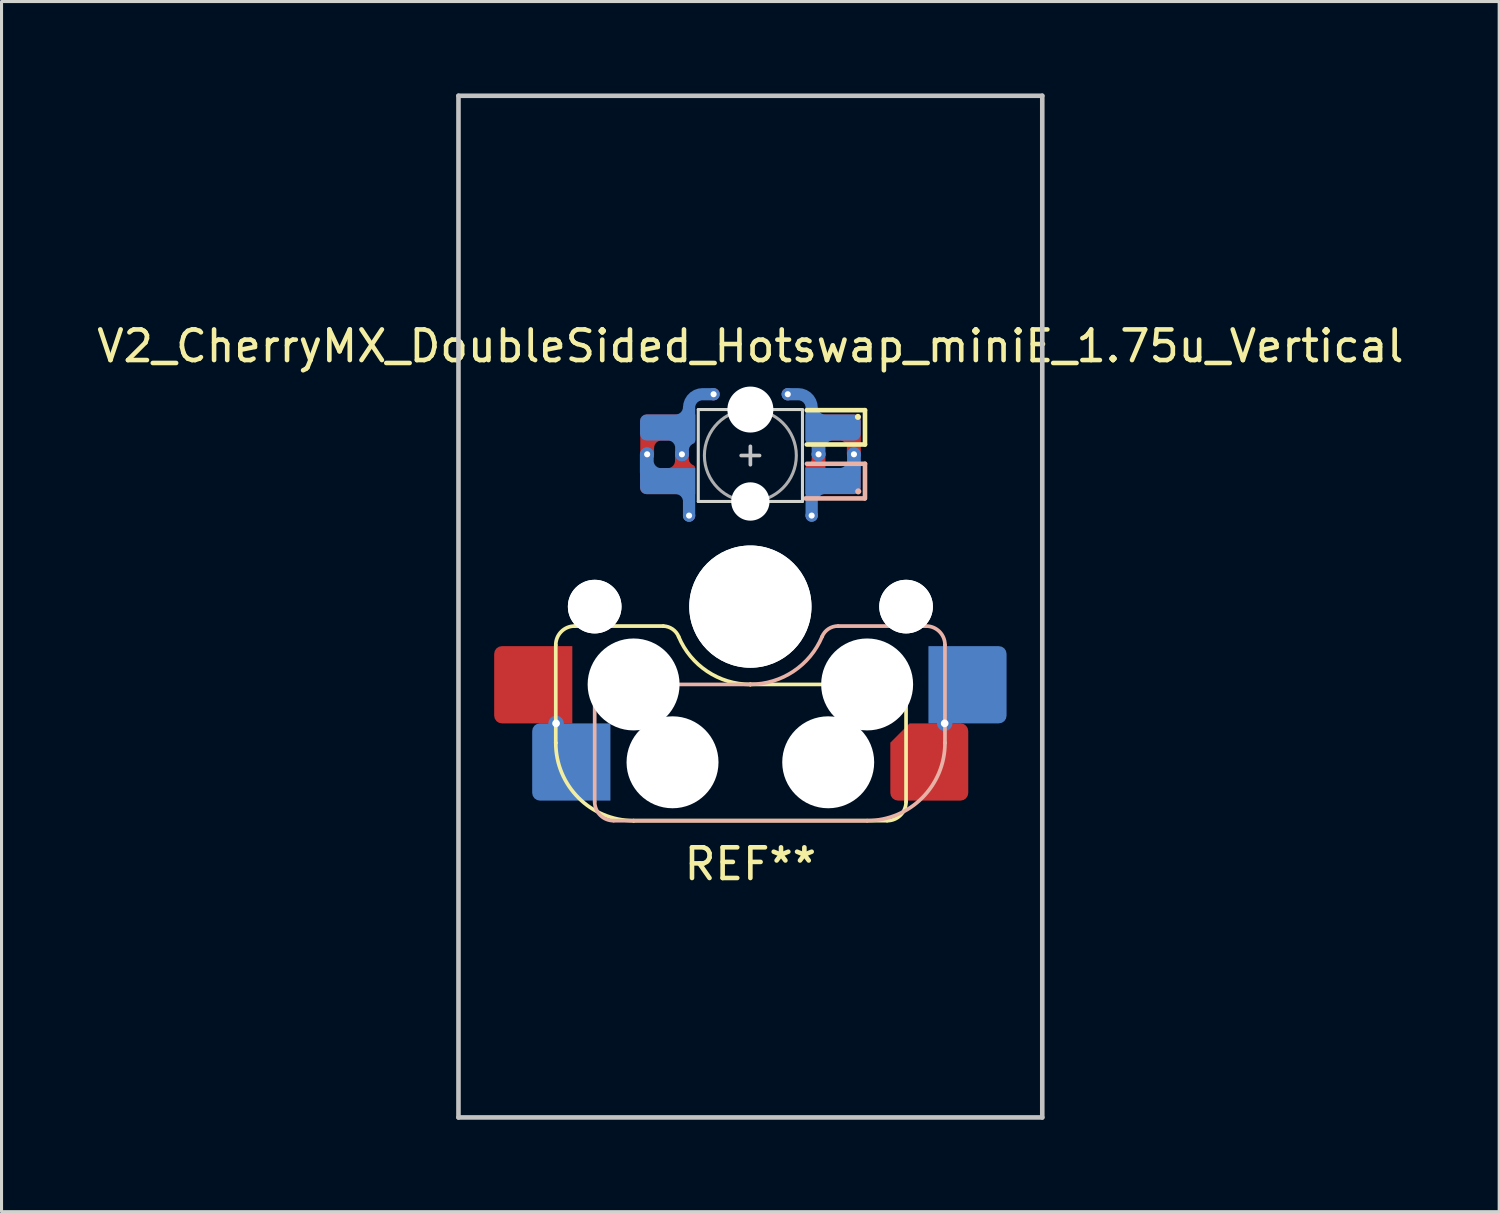
<source format=kicad_pcb>
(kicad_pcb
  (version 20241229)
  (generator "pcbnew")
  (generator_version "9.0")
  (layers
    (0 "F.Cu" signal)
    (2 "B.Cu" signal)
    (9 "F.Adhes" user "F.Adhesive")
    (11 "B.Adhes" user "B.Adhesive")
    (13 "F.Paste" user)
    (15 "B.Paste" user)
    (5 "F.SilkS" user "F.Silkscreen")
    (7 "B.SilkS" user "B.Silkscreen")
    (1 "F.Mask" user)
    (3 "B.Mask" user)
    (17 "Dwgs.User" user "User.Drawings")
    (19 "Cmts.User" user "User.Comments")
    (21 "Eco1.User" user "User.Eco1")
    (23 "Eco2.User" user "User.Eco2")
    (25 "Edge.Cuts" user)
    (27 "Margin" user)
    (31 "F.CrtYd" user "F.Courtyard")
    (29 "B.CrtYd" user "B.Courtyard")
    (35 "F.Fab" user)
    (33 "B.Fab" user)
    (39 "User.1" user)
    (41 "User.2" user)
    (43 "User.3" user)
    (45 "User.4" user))
  (footprint "V2_CherryMX_DoubleSided_Hotswap_miniE_1.75u_Vertical"
    (layer "F.Cu")
    (at 21.435 16.744)
    (property "Reference" "V2_CherryMX_DoubleSided_Hotswap_miniE_1.75u_Vertical" (at 0 -8.5 180) (layer "F.SilkS") (effects (font (size 1 1) (thickness 0.15))))
    (attr through_hole)
    (fp_line (start -6.35 4.445) (end -6.35 1.26) (stroke (width 0.12) (type solid)) (layer "F.SilkS"))
    (fp_line (start -6.35 4.445) (end -6.35 4.445) (stroke (width 0.12) (type solid)) (layer "F.SilkS"))
    (fp_line (start -5.73 0.635) (end -2.84 0.635) (stroke (width 0.12) (type solid)) (layer "F.SilkS"))
    (fp_line (start -3.81 6.985) (end -3.81 6.985) (stroke (width 0.12) (type solid)) (layer "F.SilkS"))
    (fp_line (start -3.81 6.985) (end 4.46 6.985) (stroke (width 0.12) (type solid)) (layer "F.SilkS"))
    (fp_line (start 0 2.54) (end 0 2.54) (stroke (width 0.12) (type solid)) (layer "F.SilkS"))
    (fp_line (start 0 2.54) (end 5.08 2.54) (stroke (width 0.12) (type solid)) (layer "F.SilkS"))
    (fp_line (start 3.74 -6.41) (end 1.84 -6.41) (stroke (width 0.15) (type solid)) (layer "F.SilkS"))
    (fp_line (start 3.74 -5.29) (end 1.84 -5.29) (stroke (width 0.15) (type solid)) (layer "F.SilkS"))
    (fp_line (start 3.74 -5.29) (end 3.74 -6.41) (stroke (width 0.15) (type solid)) (layer "F.SilkS"))
    (fp_line (start 5.08 2.54) (end 5.08 2.54) (stroke (width 0.12) (type solid)) (layer "F.SilkS"))
    (fp_line (start 5.08 2.54) (end 5.08 2.54) (stroke (width 0.12) (type solid)) (layer "F.SilkS"))
    (fp_line (start 5.08 6.37) (end 5.08 2.54) (stroke (width 0.12) (type solid)) (layer "F.SilkS"))
    (fp_arc (start -6.35 1.25) (mid -6.169871 0.815129) (end -5.735 0.635) (stroke (width 0.12) (type default)) (layer "F.SilkS"))
    (fp_arc (start -3.81 6.985) (mid -5.606051 6.241051) (end -6.35 4.445) (stroke (width 0.12) (type solid)) (layer "F.SilkS"))
    (fp_arc (start -2.840072 0.635) (mid -2.539135 0.734322) (end -2.34 0.980845) (stroke (width 0.12) (type default)) (layer "F.SilkS"))
    (fp_arc (start 0 2.54) (mid -1.405311 2.115199) (end -2.34 0.983072) (stroke (width 0.12) (type solid)) (layer "F.SilkS"))
    (fp_arc (start 5.080129 6.37) (mid 4.900006 6.804877) (end 4.465129 6.985) (stroke (width 0.12) (type default)) (layer "F.SilkS"))
    (fp_circle (center 3.51 -6.19) (end 3.41 -6.19) (stroke (width 0) (type solid)) (fill yes) (layer "F.SilkS"))
    (fp_line (start -5.08 2.54) (end -5.08 2.54) (stroke (width 0.12) (type solid)) (layer "B.SilkS"))
    (fp_line (start -5.08 2.54) (end -5.08 2.54) (stroke (width 0.12) (type solid)) (layer "B.SilkS"))
    (fp_line (start -5.08 6.36) (end -5.08 2.54) (stroke (width 0.12) (type solid)) (layer "B.SilkS"))
    (fp_line (start -4.46 6.985) (end 3.81 6.985) (stroke (width 0.12) (type solid)) (layer "B.SilkS"))
    (fp_line (start 0 2.54) (end -5.08 2.54) (stroke (width 0.12) (type solid)) (layer "B.SilkS"))
    (fp_line (start 0 2.54) (end 0 2.54) (stroke (width 0.12) (type solid)) (layer "B.SilkS"))
    (fp_line (start 1.8 -3.53) (end 3.724 -3.53) (stroke (width 0.15) (type solid)) (layer "B.SilkS"))
    (fp_line (start 2.86 0.635) (end 5.72 0.635) (stroke (width 0.12) (type solid)) (layer "B.SilkS"))
    (fp_line (start 3.74 -4.66) (end 1.846 -4.66) (stroke (width 0.15) (type solid)) (layer "B.SilkS"))
    (fp_line (start 3.74 -3.53) (end 3.74 -4.66) (stroke (width 0.15) (type solid)) (layer "B.SilkS"))
    (fp_line (start 3.81 6.985) (end 3.81 6.985) (stroke (width 0.12) (type solid)) (layer "B.SilkS"))
    (fp_line (start 6.35 1.25) (end 6.35 4.445) (stroke (width 0.12) (type solid)) (layer "B.SilkS"))
    (fp_line (start 6.35 4.445) (end 6.35 4.445) (stroke (width 0.12) (type solid)) (layer "B.SilkS"))
    (fp_arc (start -4.465 6.985) (mid -4.899871 6.804871) (end -5.08 6.37) (stroke (width 0.12) (type default)) (layer "B.SilkS"))
    (fp_arc (start 2.34 0.98) (mid 1.405313 2.11213) (end 0 2.536928) (stroke (width 0.12) (type solid)) (layer "B.SilkS"))
    (fp_arc (start 2.34 0.98) (mid 2.547385 0.72789) (end 2.859999 0.633863) (stroke (width 0.12) (type default)) (layer "B.SilkS"))
    (fp_arc (start 5.735129 0.635) (mid 6.170006 0.815123) (end 6.350129 1.25) (stroke (width 0.12) (type default)) (layer "B.SilkS"))
    (fp_arc (start 6.35 4.445) (mid 5.606051 6.241051) (end 3.81 6.985) (stroke (width 0.12) (type solid)) (layer "B.SilkS"))
    (fp_circle (center 3.52 -3.76) (end 3.62 -3.76) (stroke (width 0) (type solid)) (fill yes) (layer "B.SilkS"))
    (fp_line (start -9.525 -16.669) (end 9.525 -16.669) (stroke (width 0.15) (type solid)) (layer "Dwgs.User"))
    (fp_line (start -9.525 16.669) (end -9.525 -16.669) (stroke (width 0.15) (type solid)) (layer "Dwgs.User"))
    (fp_line (start -0.3 -4.93) (end 0.3 -4.93) (stroke (width 0.12) (type solid)) (layer "Dwgs.User"))
    (fp_line (start 0 -4.63) (end 0 -5.23) (stroke (width 0.12) (type solid)) (layer "Dwgs.User"))
    (fp_line (start 9.525 -16.669) (end 9.525 16.669) (stroke (width 0.15) (type solid)) (layer "Dwgs.User"))
    (fp_line (start 9.525 16.669) (end -9.525 16.669) (stroke (width 0.15) (type solid)) (layer "Dwgs.User"))
    (fp_line (start -1.7 -6.43) (end -1.7 -3.43) (stroke (width 0.1) (type solid)) (layer "Edge.Cuts"))
    (fp_line (start 1.7 -6.43) (end -1.7 -6.43) (stroke (width 0.1) (type solid)) (layer "Edge.Cuts"))
    (fp_line (start 1.7 -3.43) (end -1.7 -3.43) (stroke (width 0.1) (type solid)) (layer "Edge.Cuts"))
    (fp_line (start 1.7 -3.43) (end 1.7 -6.43) (stroke (width 0.1) (type solid)) (layer "Edge.Cuts"))
    (fp_circle (center 0 -4.93) (end 0 -6.43) (stroke (width 0.1) (type solid)) (fill no) (layer "F.Fab"))
    (fp_line (start -9.525 9.525) (end -9.525 -9.525) (stroke (width 0.15) (type solid)) (layer "User.2"))
    (fp_line (start 9.525 -9.525) (end -9.525 -9.525) (stroke (width 0.15) (type solid)) (layer "User.2"))
    (fp_line (start 9.525 9.525) (end -9.525 9.525) (stroke (width 0.15) (type solid)) (layer "User.2"))
    (fp_line (start 9.525 9.525) (end 9.525 -9.525) (stroke (width 0.15) (type solid)) (layer "User.2"))
    (fp_text user "REF**" (at 0 8.4 0) (unlocked yes) (layer "F.SilkS") (effects (font (size 1 1) (thickness 0.15))))
    (pad "" np_thru_hole circle (at -5.08 0 180) (size 1.75 1.75) (drill 1.75) (layers "*.Cu" "*.Mask"))
    (pad "" np_thru_hole circle (at -5.08 0 180) (size 1.75 1.75) (drill 1.75) (layers "*.Cu" "*.Mask"))
    (pad "" np_thru_hole circle (at -3.81 2.54 180) (size 3 3) (drill 3) (layers "*.Cu" "*.Mask"))
    (pad "" smd roundrect (at -2.69 -5.845) (size 1.82 0.85) (layers "B.Mask") (roundrect_rratio 0.25) (chamfer_ratio 0) (chamfer top_right bottom_right))
    (pad "" smd roundrect (at -2.69 -4.095 180) (size 1.82 0.85) (layers "F.Mask") (roundrect_rratio 0.25) (chamfer_ratio 0) (chamfer top_left bottom_left))
    (pad "" smd roundrect (at -2.69 -4.095) (size 1.82 0.84) (layers "B.Mask") (roundrect_rratio 0.25) (chamfer_ratio 0) (chamfer top_right bottom_right))
    (pad "" smd roundrect (at -2.685 -5.855 180) (size 1.83 0.85) (layers "F.Mask") (roundrect_rratio 0.25) (chamfer_ratio 0) (chamfer top_left bottom_left))
    (pad "" np_thru_hole circle (at -2.54 5.08 180) (size 3 3) (drill 3) (layers "*.Cu" "*.Mask"))
    (pad "" np_thru_hole circle (at 0 -6.43 180) (size 1.5 1.5) (drill 1.5) (layers "*.Cu" "*.Mask"))
    (pad "" np_thru_hole circle (at 0 -3.43 180) (size 1.25 1.25) (drill 1.25) (layers "*.Cu" "*.Mask"))
    (pad "" np_thru_hole circle (at 0 0 180) (size 3.988 3.988) (drill 3.988) (layers "*.Cu" "*.Mask"))
    (pad "" np_thru_hole circle (at 0 0 180) (size 3.988 3.988) (drill 3.988) (layers "*.Cu" "*.Mask"))
    (pad "" smd rect (at 2.47 -5.85) (size 1.38 0.84) (layers "F.Mask"))
    (pad "" smd rect (at 2.47 -4.09 180) (size 1.38 0.84) (layers "B.Mask"))
    (pad "" np_thru_hole circle (at 2.54 5.08 180) (size 3 3) (drill 3) (layers "*.Cu" "*.Mask"))
    (pad "" smd roundrect (at 2.685 -4.095) (size 1.83 0.85) (layers "F.Mask") (roundrect_rratio 0.25) (chamfer_ratio 0) (chamfer top_left bottom_left))
    (pad "" smd roundrect (at 2.69 -5.84 180) (size 1.82 0.84) (layers "B.Mask") (roundrect_rratio 0.25) (chamfer_ratio 0) (chamfer top_right bottom_right))
    (pad "" smd roundrect (at 2.855 -5.85) (size 1.49 0.84) (layers "F.Mask") (roundrect_rratio 0.25) (chamfer_ratio 0.5) (chamfer top_right))
    (pad "" smd roundrect (at 2.855 -4.09 180) (size 1.49 0.84) (layers "B.Mask") (roundrect_rratio 0.25) (chamfer_ratio 0.5) (chamfer top_left))
    (pad "" np_thru_hole circle (at 3.81 2.54 180) (size 3 3) (drill 3) (layers "*.Cu" "*.Mask"))
    (pad "" np_thru_hole circle (at 5.08 0 180) (size 1.75 1.75) (drill 1.75) (layers "*.Cu" "*.Mask"))
    (pad "" np_thru_hole circle (at 5.08 0 180) (size 1.75 1.75) (drill 1.75) (layers "*.Cu" "*.Mask"))
    (pad "1" smd custom (at -2.7 -5.845) (size 0.85 0.85) (layers "B.Cu") (options (anchor circle)) (primitives (gr_arc (start 0.698874 -0.666126) (mid 0.57 -0.355) (end 0.258874 -0.226126) (width 0.4)) (gr_arc (start 0.7 -0.645) (mid 0.828874 -0.956126) (end 1.14 -1.085) (width 0.4)) (gr_line (start 1.18 -1.085) (end 1.48 -1.085) (width 0.4)) (gr_line (start 0.7 -0.645) (end 0.7 -0.165) (width 0.4)) (gr_line (start 0.47 0.875) (end 0.47 0.275) (width 0.45)) (gr_arc (start 0.592691 0.750315) (mid 0.650001 0.56089) (end 0.802705 0.435002) (width 0.2)) (gr_arc (start 0.005 0.225) (mid 0.316126 0.353874) (end 0.445 0.665) (width 0.4)) (gr_poly (pts (xy -0.9 -0.212) (xy -0.884 -0.294) (xy -0.838 -0.363) (xy -0.769 -0.409) (xy -0.688 -0.425) (xy 0.9 -0.425) (xy 0.9 0.425) (xy -0.688 0.425) (xy -0.769 0.409) (xy -0.838 0.363) (xy -0.884 0.294) (xy -0.9 0.212)) (width 0) (fill yes))))
    (pad "1" smd custom (at -2.7 -4.095) (size 0.85 0.85) (layers "F.Cu") (options (anchor circle)) (primitives (gr_arc (start 0.44 -0.665) (mid 0.311126 -0.353874) (end 0 -0.225) (width 0.4)) (gr_arc (start 0.798298 -0.429684) (mid 0.645594 -0.555573) (end 0.588284 -0.744999) (width 0.2)) (gr_line (start 0.466 -0.874) (end 0.466 -0.184) (width 0.45)) (gr_poly (pts (xy -0.9 -0.212) (xy -0.884 -0.294) (xy -0.838 -0.363) (xy -0.769 -0.409) (xy -0.688 -0.425) (xy 0.9 -0.425) (xy 0.9 0.425) (xy -0.688 0.425) (xy -0.769 0.409) (xy -0.838 0.363) (xy -0.884 0.294) (xy -0.9 0.212)) (width 0) (fill yes))))
    (pad "1" thru_hole circle (at -2.234 -4.969 180) (size 0.45 0.45) (drill 0.2) (layers "*.Cu"))
    (pad "1" thru_hole circle (at -1.2 -6.93) (size 0.4 0.4) (drill 0.2) (layers "*.Cu"))
    (pad "2" thru_hole circle (at -3.368 -4.97 180) (size 0.45 0.45) (drill 0.2) (layers "*.Cu"))
    (pad "2" smd custom (at -2.7 -4.095 180) (size 0.85 0.85) (layers "B.Cu") (options (anchor circle)) (primitives (gr_poly (pts (xy -0.9 -0.425) (xy 0.688 -0.425) (xy 0.769 -0.409) (xy 0.838 -0.363) (xy 0.884 -0.294) (xy 0.9 -0.212) (xy 0.9 0.212) (xy 0.884 0.294) (xy 0.838 0.363) (xy 0.769 0.409) (xy 0.688 0.425) (xy -0.9 0.425)) (width 0) (fill yes)) (gr_line (start -0.7 -1.125) (end -0.7 -0.225) (width 0.4)) (gr_arc (start -0.26 -0.226126) (mid -0.571126 -0.355) (end -0.7 -0.666126) (width 0.4)) (gr_line (start 0.68 0.875) (end 0.68 0.275) (width 0.45)) (gr_arc (start 0.215 0.225) (mid 0.526126 0.353874) (end 0.655 0.665) (width 0.4))))
    (pad "2" smd custom (at -2.693 -5.845 180) (size 0.85 0.85) (layers "F.Cu") (options (anchor circle)) (primitives (gr_arc (start 0.645874 -0.666126) (mid 0.517 -0.355) (end 0.205874 -0.226126) (width 0.4)) (gr_line (start 0.675 -0.875) (end 0.675 -0.135) (width 0.45)) (gr_poly (pts (xy -0.9 -0.425) (xy 0.9 -0.425) (xy 0.9 0.212) (xy 0.884 0.294) (xy 0.838 0.363) (xy 0.769 0.409) (xy 0.688 0.425) (xy -0.9 0.425)) (width 0) (fill yes))))
    (pad "2" thru_hole circle (at -2 -2.97 180) (size 0.4 0.4) (drill 0.2) (layers "*.Cu"))
    (pad "3" thru_hole circle (at 2 -2.97 180) (size 0.4 0.4) (drill 0.2) (layers "*.Cu"))
    (pad "3" smd custom (at 2.7 -4.1 180) (size 0.85 0.85) (layers "B.Cu") (options (anchor circle)) (primitives (gr_poly (pts (xy 0.9 -0.425) (xy -0.688 -0.425) (xy -0.769 -0.409) (xy -0.838 -0.363) (xy -0.884 -0.294) (xy -0.9 -0.212) (xy -0.9 0.212) (xy -0.884 0.294) (xy -0.838 0.363) (xy -0.769 0.409) (xy -0.688 0.425) (xy 0.9 0.425)) (width 0) (fill yes)) (gr_line (start 0.7 -0.225) (end 0.7 -1.125) (width 0.4)) (gr_arc (start 0.7 -0.666126) (mid 0.571126 -0.355) (end 0.26 -0.226126) (width 0.4)) (gr_line (start -0.68 0.275) (end -0.68 0.875) (width 0.45)) (gr_arc (start -0.655 0.665) (mid -0.526126 0.353874) (end -0.215 0.225) (width 0.4))))
    (pad "3" smd custom (at 2.705 -5.845 180) (size 0.85 0.85) (layers "F.Cu") (options (anchor circle)) (primitives (gr_arc (start -0.205 -0.225) (mid -0.516126 -0.353874) (end -0.645 -0.665) (width 0.4)) (gr_poly (pts (xy -0.494 -0.354) (xy -0.85 -0.354) (xy -0.85 -0.887) (xy -0.494 -0.887)) (width 0.1) (fill yes)) (gr_poly (pts (xy -0.9 -0.425) (xy 0.91 -0.425) (xy 0.91 0.425) (xy -0.688 0.425) (xy -0.769 0.409) (xy -0.838 0.363) (xy -0.884 0.294) (xy -0.9 0.212)) (width 0) (fill yes))))
    (pad "3" thru_hole circle (at 3.38 -4.97 180) (size 0.45 0.45) (drill 0.2) (layers "*.Cu"))
    (pad "4" thru_hole circle (at 1.22 -6.93) (size 0.4 0.4) (drill 0.2) (layers "*.Cu"))
    (pad "4" thru_hole circle (at 2.225 -4.97 180) (size 0.45 0.45) (drill 0.2) (layers "*.Cu"))
    (pad "4" smd custom (at 2.7 -5.845) (size 0.85 0.85) (layers "B.Cu") (options (anchor circle)) (primitives (gr_arc (start -0.26 -0.226126) (mid -0.571126 -0.355) (end -0.7 -0.666126) (width 0.4)) (gr_line (start -0.7 -0.645) (end -0.7 -0.165) (width 0.4)) (gr_arc (start -1.14 -1.085) (mid -0.828874 -0.956126) (end -0.7 -0.645) (width 0.4)) (gr_line (start -1.18 -1.085) (end -1.48 -1.085) (width 0.4)) (gr_line (start -0.475 0.875) (end -0.475 0.275) (width 0.45)) (gr_arc (start -0.8 0.415) (mid -0.647296 0.540889) (end -0.589986 0.730315) (width 0.2)) (gr_arc (start -0.45 0.665) (mid -0.321126 0.353874) (end -0.01 0.225) (width 0.4)) (gr_poly (pts (xy -0.9 -0.425) (xy 0.688 -0.425) (xy 0.769 -0.409) (xy 0.838 -0.363) (xy 0.884 -0.294) (xy 0.9 -0.212) (xy 0.9 0.212) (xy 0.884 0.294) (xy 0.838 0.363) (xy 0.769 0.409) (xy 0.688 0.425) (xy -0.9 0.425)) (width 0) (fill yes))))
    (pad "4" smd custom (at 2.7 -4.095) (size 0.85 0.85) (layers "F.Cu") (options (anchor circle)) (primitives (gr_line (start -0.475 -0.875) (end -0.475 -0.235) (width 0.45)) (gr_arc (start -0.599987 -0.740315) (mid -0.657296 -0.550889) (end -0.81 -0.425001) (width 0.2)) (gr_poly (pts (xy -0.91 -0.425) (xy 0.688 -0.425) (xy 0.769 -0.409) (xy 0.838 -0.363) (xy 0.884 -0.294) (xy 0.9 -0.212) (xy 0.9 0.212) (xy 0.884 0.294) (xy 0.838 0.363) (xy 0.769 0.409) (xy 0.688 0.425) (xy -0.91 0.425)) (width 0) (fill yes))))
    (pad "5" smd roundrect (at 5.838 5.07 180) (size 2.543 2.52) (layers "F.Cu" "F.Mask" "F.Paste") (roundrect_rratio 0.1) (chamfer_ratio 0.25) (chamfer bottom_right))
    (pad "5" thru_hole circle (at 6.34 3.81 180) (size 0.5 0.5) (drill 0.25) (layers "*.Cu"))
    (pad "5" smd roundrect (at 7.085 2.55 180) (size 2.55 2.52) (layers "B.Cu" "B.Mask" "B.Paste") (roundrect_rratio 0.1) (chamfer_ratio 0) (chamfer top_right bottom_right))
    (pad "6" smd roundrect (at -7.085 2.55 180) (size 2.55 2.52) (layers "F.Cu" "F.Mask" "F.Paste") (roundrect_rratio 0.1) (chamfer_ratio 0) (chamfer top_left bottom_left))
    (pad "6" thru_hole circle (at -6.34 3.81 180) (size 0.5 0.5) (drill 0.25) (layers "*.Cu"))
    (pad "6" smd roundrect (at -5.843 5.07 180) (size 2.553 2.52) (layers "B.Cu" "B.Mask" "B.Paste") (roundrect_rratio 0.1) (chamfer_ratio 0) (chamfer top_left bottom_left)))
  (gr_rect
    (start -3 -3)
    (end 45.869 36.487)
    (stroke (width 0.1) (type default))
    (fill no)
    (layer "Edge.Cuts")))
</source>
